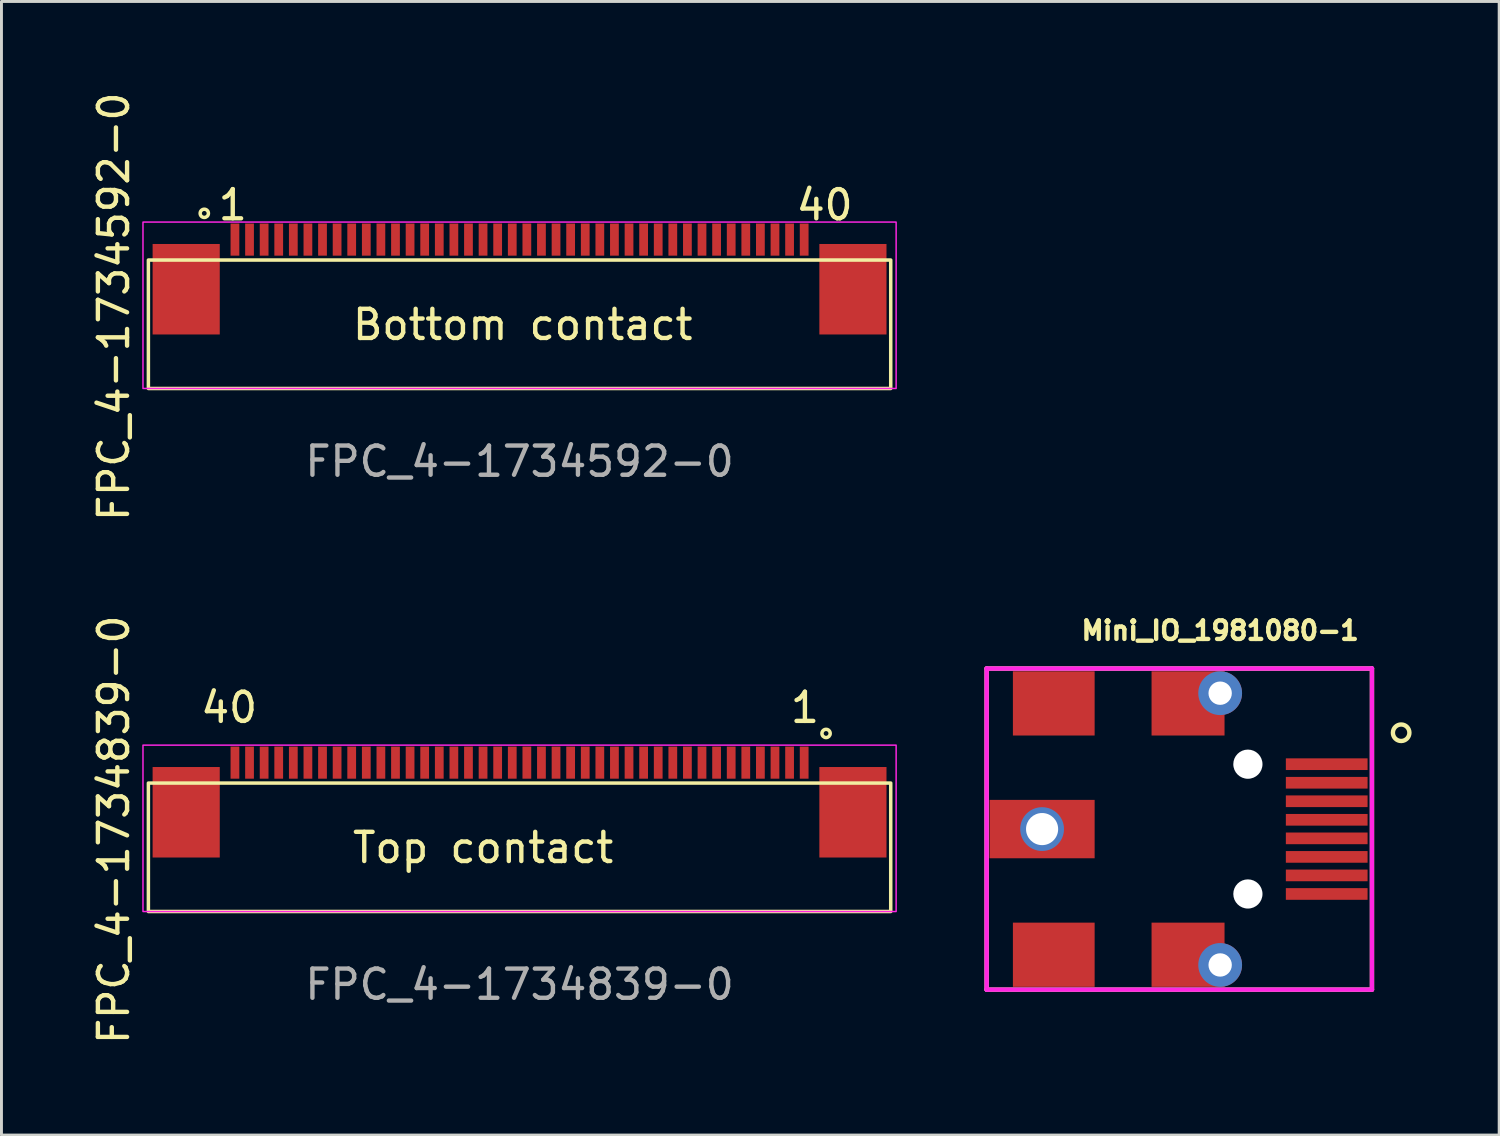
<source format=kicad_pcb>
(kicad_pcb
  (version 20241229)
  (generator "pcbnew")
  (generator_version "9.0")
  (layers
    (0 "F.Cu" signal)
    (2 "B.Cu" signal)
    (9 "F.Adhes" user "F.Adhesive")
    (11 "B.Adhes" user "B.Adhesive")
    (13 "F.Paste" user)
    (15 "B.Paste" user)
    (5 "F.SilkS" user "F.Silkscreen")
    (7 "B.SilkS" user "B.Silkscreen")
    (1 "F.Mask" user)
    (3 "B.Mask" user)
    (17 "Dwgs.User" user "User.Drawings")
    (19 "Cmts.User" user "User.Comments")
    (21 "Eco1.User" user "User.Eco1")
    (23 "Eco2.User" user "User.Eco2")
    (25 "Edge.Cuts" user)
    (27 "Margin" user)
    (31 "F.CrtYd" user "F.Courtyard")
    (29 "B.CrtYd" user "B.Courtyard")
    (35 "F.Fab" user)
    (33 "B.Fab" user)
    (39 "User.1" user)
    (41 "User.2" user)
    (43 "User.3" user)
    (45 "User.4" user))
  (footprint "FPC_4-1734592-0"
    (layer "F.Cu")
    (at 14.748 10.258)
    (property "Reference" "FPC_4-1734592-0" (at -13.9 -2.8 90) (unlocked yes) (layer "F.SilkS") (effects (font (size 1 1) (thickness 0.15))))
    (attr smd)
    (fp_rect (start -12.715 -4.4) (end 12.715 0) (stroke (width 0.12) (type default)) (fill no) (layer "F.SilkS"))
    (fp_circle (center -10.8 -6) (end -10.7 -5.9) (stroke (width 0.12) (type default)) (fill no) (layer "F.SilkS"))
    (fp_rect (start -12.9 -5.7) (end 12.9 0) (stroke (width 0.05) (type default)) (fill no) (layer "F.CrtYd"))
    (fp_text user "40" (at 9.4 -5.7 0) (unlocked yes) (layer "F.SilkS") (effects (font (size 1 1) (thickness 0.15)) (justify left bottom)))
    (fp_text user "Bottom contact" (at -5.8 -1.6 0) (unlocked yes) (layer "F.SilkS") (effects (font (size 1 1) (thickness 0.15)) (justify left bottom)))
    (fp_text user "1" (at -10.4 -5.7 0) (unlocked yes) (layer "F.SilkS") (effects (font (size 1 1) (thickness 0.15)) (justify left bottom)))
    (fp_text user "${REFERENCE}" (at 0 2.5 0) (unlocked yes) (layer "F.Fab") (effects (font (size 1 1) (thickness 0.15))))
    (pad "1" smd rect (at -9.75 -5.1) (size 0.3 1.1) (layers "F.Cu" "F.Mask" "F.Paste"))
    (pad "2" smd rect (at -9.25 -5.1) (size 0.3 1.1) (layers "F.Cu" "F.Mask" "F.Paste"))
    (pad "3" smd rect (at -8.75 -5.1) (size 0.3 1.1) (layers "F.Cu" "F.Mask" "F.Paste"))
    (pad "4" smd rect (at -8.25 -5.1) (size 0.3 1.1) (layers "F.Cu" "F.Mask" "F.Paste"))
    (pad "5" smd rect (at -7.75 -5.1) (size 0.3 1.1) (layers "F.Cu" "F.Mask" "F.Paste"))
    (pad "6" smd rect (at -7.25 -5.1) (size 0.3 1.1) (layers "F.Cu" "F.Mask" "F.Paste"))
    (pad "7" smd rect (at -6.75 -5.1) (size 0.3 1.1) (layers "F.Cu" "F.Mask" "F.Paste"))
    (pad "8" smd rect (at -6.25 -5.1) (size 0.3 1.1) (layers "F.Cu" "F.Mask" "F.Paste"))
    (pad "9" smd rect (at -5.75 -5.1) (size 0.3 1.1) (layers "F.Cu" "F.Mask" "F.Paste"))
    (pad "10" smd rect (at -5.25 -5.1) (size 0.3 1.1) (layers "F.Cu" "F.Mask" "F.Paste"))
    (pad "11" smd rect (at -4.75 -5.1) (size 0.3 1.1) (layers "F.Cu" "F.Mask" "F.Paste"))
    (pad "12" smd rect (at -4.25 -5.1) (size 0.3 1.1) (layers "F.Cu" "F.Mask" "F.Paste"))
    (pad "13" smd rect (at -3.75 -5.1) (size 0.3 1.1) (layers "F.Cu" "F.Mask" "F.Paste"))
    (pad "14" smd rect (at -3.25 -5.1) (size 0.3 1.1) (layers "F.Cu" "F.Mask" "F.Paste"))
    (pad "15" smd rect (at -2.75 -5.1) (size 0.3 1.1) (layers "F.Cu" "F.Mask" "F.Paste"))
    (pad "16" smd rect (at -2.25 -5.1) (size 0.3 1.1) (layers "F.Cu" "F.Mask" "F.Paste"))
    (pad "17" smd rect (at -1.75 -5.1) (size 0.3 1.1) (layers "F.Cu" "F.Mask" "F.Paste"))
    (pad "18" smd rect (at -1.25 -5.1) (size 0.3 1.1) (layers "F.Cu" "F.Mask" "F.Paste"))
    (pad "19" smd rect (at -0.75 -5.1) (size 0.3 1.1) (layers "F.Cu" "F.Mask" "F.Paste"))
    (pad "20" smd rect (at -0.25 -5.1) (size 0.3 1.1) (layers "F.Cu" "F.Mask" "F.Paste"))
    (pad "21" smd rect (at 0.25 -5.1) (size 0.3 1.1) (layers "F.Cu" "F.Mask" "F.Paste"))
    (pad "22" smd rect (at 0.75 -5.1) (size 0.3 1.1) (layers "F.Cu" "F.Mask" "F.Paste"))
    (pad "23" smd rect (at 1.25 -5.1) (size 0.3 1.1) (layers "F.Cu" "F.Mask" "F.Paste"))
    (pad "24" smd rect (at 1.75 -5.1) (size 0.3 1.1) (layers "F.Cu" "F.Mask" "F.Paste"))
    (pad "25" smd rect (at 2.25 -5.1) (size 0.3 1.1) (layers "F.Cu" "F.Mask" "F.Paste"))
    (pad "26" smd rect (at 2.75 -5.1) (size 0.3 1.1) (layers "F.Cu" "F.Mask" "F.Paste"))
    (pad "27" smd rect (at 3.25 -5.1) (size 0.3 1.1) (layers "F.Cu" "F.Mask" "F.Paste"))
    (pad "28" smd rect (at 3.75 -5.1) (size 0.3 1.1) (layers "F.Cu" "F.Mask" "F.Paste"))
    (pad "29" smd rect (at 4.25 -5.1) (size 0.3 1.1) (layers "F.Cu" "F.Mask" "F.Paste"))
    (pad "30" smd rect (at 4.75 -5.1) (size 0.3 1.1) (layers "F.Cu" "F.Mask" "F.Paste"))
    (pad "31" smd rect (at 5.25 -5.1) (size 0.3 1.1) (layers "F.Cu" "F.Mask" "F.Paste"))
    (pad "32" smd rect (at 5.75 -5.1) (size 0.3 1.1) (layers "F.Cu" "F.Mask" "F.Paste"))
    (pad "33" smd rect (at 6.25 -5.1) (size 0.3 1.1) (layers "F.Cu" "F.Mask" "F.Paste"))
    (pad "34" smd rect (at 6.75 -5.1) (size 0.3 1.1) (layers "F.Cu" "F.Mask" "F.Paste"))
    (pad "35" smd rect (at 7.25 -5.1) (size 0.3 1.1) (layers "F.Cu" "F.Mask" "F.Paste"))
    (pad "36" smd rect (at 7.75 -5.1) (size 0.3 1.1) (layers "F.Cu" "F.Mask" "F.Paste"))
    (pad "37" smd rect (at 8.25 -5.1) (size 0.3 1.1) (layers "F.Cu" "F.Mask" "F.Paste"))
    (pad "38" smd rect (at 8.75 -5.1) (size 0.3 1.1) (layers "F.Cu" "F.Mask" "F.Paste"))
    (pad "39" smd rect (at 9.25 -5.1) (size 0.3 1.1) (layers "F.Cu" "F.Mask" "F.Paste"))
    (pad "40" smd rect (at 9.75 -5.1) (size 0.3 1.1) (layers "F.Cu" "F.Mask" "F.Paste"))
    (pad "41" smd rect (at -11.42 -3.4) (size 2.3 3.1) (layers "F.Cu" "F.Mask" "F.Paste"))
    (pad "41" smd rect (at 11.42 -3.4) (size 2.3 3.1) (layers "F.Cu" "F.Mask" "F.Paste")))
  (footprint "FPC_4-1734839-0"
    (layer "F.Cu")
    (at 14.748 28.175)
    (property "Reference" "FPC_4-1734839-0" (at -13.9 -2.8 90) (unlocked yes) (layer "F.SilkS") (effects (font (size 1 1) (thickness 0.15))))
    (attr smd)
    (fp_rect (start -12.715 -4.4) (end 12.715 0) (stroke (width 0.12) (type default)) (fill no) (layer "F.SilkS"))
    (fp_circle (center 10.5 -6.1) (end 10.6 -6) (stroke (width 0.12) (type default)) (fill no) (layer "F.SilkS"))
    (fp_rect (start -12.9 -5.7) (end 12.9 0) (stroke (width 0.05) (type default)) (fill no) (layer "F.CrtYd"))
    (fp_text user "1" (at 9.2 -6.4 0) (unlocked yes) (layer "F.SilkS") (effects (font (size 1 1) (thickness 0.15)) (justify left bottom)))
    (fp_text user "40" (at -11 -6.4 0) (unlocked yes) (layer "F.SilkS") (effects (font (size 1 1) (thickness 0.15)) (justify left bottom)))
    (fp_text user "Top contact" (at -5.8 -1.6 0) (unlocked yes) (layer "F.SilkS") (effects (font (size 1 1) (thickness 0.15)) (justify left bottom)))
    (fp_text user "${REFERENCE}" (at 0 2.5 0) (unlocked yes) (layer "F.Fab") (effects (font (size 1 1) (thickness 0.15))))
    (pad "1" smd rect (at 9.75 -5.1) (size 0.3 1.1) (layers "F.Cu" "F.Mask" "F.Paste"))
    (pad "2" smd rect (at 9.25 -5.1) (size 0.3 1.1) (layers "F.Cu" "F.Mask" "F.Paste"))
    (pad "3" smd rect (at 8.75 -5.1) (size 0.3 1.1) (layers "F.Cu" "F.Mask" "F.Paste"))
    (pad "4" smd rect (at 8.25 -5.1) (size 0.3 1.1) (layers "F.Cu" "F.Mask" "F.Paste"))
    (pad "5" smd rect (at 7.75 -5.1) (size 0.3 1.1) (layers "F.Cu" "F.Mask" "F.Paste"))
    (pad "6" smd rect (at 7.25 -5.1) (size 0.3 1.1) (layers "F.Cu" "F.Mask" "F.Paste"))
    (pad "7" smd rect (at 6.75 -5.1) (size 0.3 1.1) (layers "F.Cu" "F.Mask" "F.Paste"))
    (pad "8" smd rect (at 6.25 -5.1) (size 0.3 1.1) (layers "F.Cu" "F.Mask" "F.Paste"))
    (pad "9" smd rect (at 5.75 -5.1) (size 0.3 1.1) (layers "F.Cu" "F.Mask" "F.Paste"))
    (pad "10" smd rect (at 5.25 -5.1) (size 0.3 1.1) (layers "F.Cu" "F.Mask" "F.Paste"))
    (pad "11" smd rect (at 4.75 -5.1) (size 0.3 1.1) (layers "F.Cu" "F.Mask" "F.Paste"))
    (pad "12" smd rect (at 4.25 -5.1) (size 0.3 1.1) (layers "F.Cu" "F.Mask" "F.Paste"))
    (pad "13" smd rect (at 3.75 -5.1) (size 0.3 1.1) (layers "F.Cu" "F.Mask" "F.Paste"))
    (pad "14" smd rect (at 3.25 -5.1) (size 0.3 1.1) (layers "F.Cu" "F.Mask" "F.Paste"))
    (pad "15" smd rect (at 2.75 -5.1) (size 0.3 1.1) (layers "F.Cu" "F.Mask" "F.Paste"))
    (pad "16" smd rect (at 2.25 -5.1) (size 0.3 1.1) (layers "F.Cu" "F.Mask" "F.Paste"))
    (pad "17" smd rect (at 1.75 -5.1) (size 0.3 1.1) (layers "F.Cu" "F.Mask" "F.Paste"))
    (pad "18" smd rect (at 1.25 -5.1) (size 0.3 1.1) (layers "F.Cu" "F.Mask" "F.Paste"))
    (pad "19" smd rect (at 0.75 -5.1) (size 0.3 1.1) (layers "F.Cu" "F.Mask" "F.Paste"))
    (pad "20" smd rect (at 0.25 -5.1) (size 0.3 1.1) (layers "F.Cu" "F.Mask" "F.Paste"))
    (pad "21" smd rect (at -0.25 -5.1) (size 0.3 1.1) (layers "F.Cu" "F.Mask" "F.Paste"))
    (pad "22" smd rect (at -0.75 -5.1) (size 0.3 1.1) (layers "F.Cu" "F.Mask" "F.Paste"))
    (pad "23" smd rect (at -1.25 -5.1) (size 0.3 1.1) (layers "F.Cu" "F.Mask" "F.Paste"))
    (pad "24" smd rect (at -1.75 -5.1) (size 0.3 1.1) (layers "F.Cu" "F.Mask" "F.Paste"))
    (pad "25" smd rect (at -2.25 -5.1) (size 0.3 1.1) (layers "F.Cu" "F.Mask" "F.Paste"))
    (pad "26" smd rect (at -2.75 -5.1) (size 0.3 1.1) (layers "F.Cu" "F.Mask" "F.Paste"))
    (pad "27" smd rect (at -3.25 -5.1) (size 0.3 1.1) (layers "F.Cu" "F.Mask" "F.Paste"))
    (pad "28" smd rect (at -3.75 -5.1) (size 0.3 1.1) (layers "F.Cu" "F.Mask" "F.Paste"))
    (pad "29" smd rect (at -4.25 -5.1) (size 0.3 1.1) (layers "F.Cu" "F.Mask" "F.Paste"))
    (pad "30" smd rect (at -4.75 -5.1) (size 0.3 1.1) (layers "F.Cu" "F.Mask" "F.Paste"))
    (pad "31" smd rect (at -5.25 -5.1) (size 0.3 1.1) (layers "F.Cu" "F.Mask" "F.Paste"))
    (pad "32" smd rect (at -5.75 -5.1) (size 0.3 1.1) (layers "F.Cu" "F.Mask" "F.Paste"))
    (pad "33" smd rect (at -6.25 -5.1) (size 0.3 1.1) (layers "F.Cu" "F.Mask" "F.Paste"))
    (pad "34" smd rect (at -6.75 -5.1) (size 0.3 1.1) (layers "F.Cu" "F.Mask" "F.Paste"))
    (pad "35" smd rect (at -7.25 -5.1) (size 0.3 1.1) (layers "F.Cu" "F.Mask" "F.Paste"))
    (pad "36" smd rect (at -7.75 -5.1) (size 0.3 1.1) (layers "F.Cu" "F.Mask" "F.Paste"))
    (pad "37" smd rect (at -8.25 -5.1) (size 0.3 1.1) (layers "F.Cu" "F.Mask" "F.Paste"))
    (pad "38" smd rect (at -8.75 -5.1) (size 0.3 1.1) (layers "F.Cu" "F.Mask" "F.Paste"))
    (pad "39" smd rect (at -9.25 -5.1) (size 0.3 1.1) (layers "F.Cu" "F.Mask" "F.Paste"))
    (pad "40" smd rect (at -9.75 -5.1) (size 0.3 1.1) (layers "F.Cu" "F.Mask" "F.Paste"))
    (pad "41" smd rect (at -11.42 -3.4) (size 2.3 3.1) (layers "F.Cu" "F.Mask" "F.Paste"))
    (pad "41" smd rect (at 11.42 -3.4) (size 2.3 3.1) (layers "F.Cu" "F.Mask" "F.Paste")))
  (footprint "Mini_IO_1981080-1"
    (layer "F.Cu")
    (at 38.748 25.351)
    (property "Reference" "Mini_IO_1981080-1" (at 0 -6.8 0) (layer "F.SilkS") (effects (font (size 0.635 0.635) (thickness 0.15))))
    (attr through_hole)
    (fp_line (start -8 -5.5) (end 5.2 -5.5) (stroke (width 0.15) (type solid)) (layer "F.SilkS"))
    (fp_line (start -8 5.5) (end -8 -5.5) (stroke (width 0.15) (type solid)) (layer "F.SilkS"))
    (fp_line (start 5.2 -5.5) (end 5.2 5.5) (stroke (width 0.15) (type solid)) (layer "F.SilkS"))
    (fp_line (start 5.2 5.5) (end -8 5.5) (stroke (width 0.15) (type solid)) (layer "F.SilkS"))
    (fp_circle (center 6.2 -3.3) (end 6.4 -3.1) (stroke (width 0.15) (type solid)) (fill no) (layer "F.SilkS"))
    (fp_line (start -8 -5.5) (end 5.2 -5.5) (stroke (width 0.15) (type solid)) (layer "F.CrtYd"))
    (fp_line (start -8 5.5) (end -8 -5.5) (stroke (width 0.15) (type solid)) (layer "F.CrtYd"))
    (fp_line (start 5.2 -5.5) (end 5.2 5.5) (stroke (width 0.15) (type solid)) (layer "F.CrtYd"))
    (fp_line (start 5.2 5.5) (end -8 5.5) (stroke (width 0.15) (type solid)) (layer "F.CrtYd"))
    (pad "" np_thru_hole circle (at 0.95 -2.223) (size 1 1) (drill 1) (layers "*.Cu" "*.Mask"))
    (pad "" np_thru_hole circle (at 0.95 2.223) (size 1 1) (drill 1) (layers "*.Cu" "*.Mask"))
    (pad "1" smd rect (at 3.65 -2.223) (size 2.8 0.4) (layers "F.Cu" "F.Mask" "F.Paste"))
    (pad "2" smd rect (at 3.65 -1.587) (size 2.8 0.4) (layers "F.Cu" "F.Mask" "F.Paste"))
    (pad "3" smd rect (at 3.65 -0.953) (size 2.8 0.4) (layers "F.Cu" "F.Mask" "F.Paste"))
    (pad "4" smd rect (at 3.65 -0.318) (size 2.8 0.4) (layers "F.Cu" "F.Mask" "F.Paste"))
    (pad "5" smd rect (at 3.65 0.318) (size 2.8 0.4) (layers "F.Cu" "F.Mask" "F.Paste"))
    (pad "6" smd rect (at 3.65 0.953) (size 2.8 0.4) (layers "F.Cu" "F.Mask" "F.Paste"))
    (pad "7" smd rect (at 3.65 1.587) (size 2.8 0.4) (layers "F.Cu" "F.Mask" "F.Paste"))
    (pad "8" smd rect (at 3.65 2.223) (size 2.8 0.4) (layers "F.Cu" "F.Mask" "F.Paste"))
    (pad "9" thru_hole circle (at -6.1 0) (size 1.5 1.5) (drill 1.1) (layers "*.Cu" "*.Mask"))
    (pad "9" smd rect (at -6.1 0) (size 3.6 2) (layers "F.Cu" "F.Mask" "F.Paste"))
    (pad "9" smd rect (at -5.7 -4.305) (size 2.8 2.2) (layers "F.Cu" "F.Mask" "F.Paste"))
    (pad "9" smd rect (at -5.7 4.305) (size 2.8 2.2) (layers "F.Cu" "F.Mask" "F.Paste"))
    (pad "9" smd rect (at -1.1 -4.305) (size 2.5 2.2) (layers "F.Cu" "F.Mask" "F.Paste"))
    (pad "9" smd rect (at -1.1 4.305) (size 2.5 2.2) (layers "F.Cu" "F.Mask" "F.Paste"))
    (pad "9" thru_hole circle (at 0 -4.655) (size 1.5 1.5) (drill 0.8) (layers "*.Cu" "*.Mask"))
    (pad "9" thru_hole circle (at 0 4.655) (size 1.5 1.5) (drill 0.8) (layers "*.Cu" "*.Mask")))
  (gr_rect
    (start -3 -3)
    (end 48.306 35.833)
    (stroke (width 0.1) (type default))
    (fill no)
    (layer "Edge.Cuts")))
</source>
